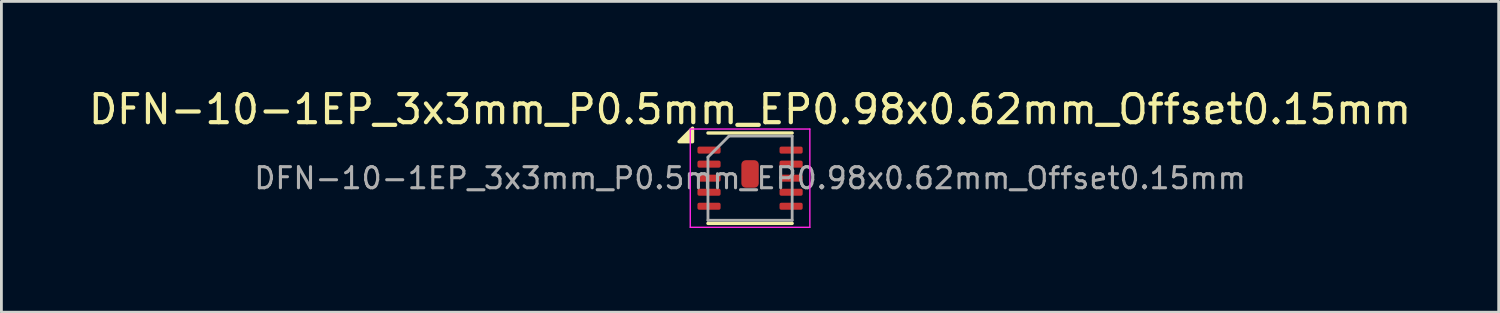
<source format=kicad_pcb>
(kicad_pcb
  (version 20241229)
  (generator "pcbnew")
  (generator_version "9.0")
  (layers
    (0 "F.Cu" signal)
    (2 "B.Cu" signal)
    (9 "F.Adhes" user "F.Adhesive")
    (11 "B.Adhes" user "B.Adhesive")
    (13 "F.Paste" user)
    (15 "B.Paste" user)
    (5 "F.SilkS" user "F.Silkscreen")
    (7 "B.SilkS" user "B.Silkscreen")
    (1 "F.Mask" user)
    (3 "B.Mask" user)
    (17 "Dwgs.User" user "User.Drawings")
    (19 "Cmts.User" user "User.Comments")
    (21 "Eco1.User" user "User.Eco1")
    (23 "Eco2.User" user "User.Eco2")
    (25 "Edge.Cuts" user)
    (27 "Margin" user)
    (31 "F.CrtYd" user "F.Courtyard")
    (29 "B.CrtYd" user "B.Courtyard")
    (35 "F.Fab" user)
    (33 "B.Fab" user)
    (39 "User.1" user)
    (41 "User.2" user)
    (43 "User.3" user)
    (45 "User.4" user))
  (footprint "DFN-10-1EP_3x3mm_P0.5mm_EP0.98x0.62mm_Offset0.15mm"
    (layer "F.Cu")
    (at 23.673 3.298)
    (property "Reference" "DFN-10-1EP_3x3mm_P0.5mm_EP0.98x0.62mm_Offset0.15mm" (at 0 -2.45 0) (layer "F.SilkS") (effects (font (size 1 1) (thickness 0.15))))
    (attr smd)
    (fp_line (start -1.5 -1.61) (end 1.5 -1.61) (stroke (width 0.12) (type solid)) (layer "F.SilkS"))
    (fp_line (start -1.5 1.61) (end 1.5 1.61) (stroke (width 0.12) (type solid)) (layer "F.SilkS"))
    (fp_poly (pts (xy -2.05 -1.3) (xy -2.53 -1.3) (xy -2.05 -1.78) (xy -2.05 -1.3)) (stroke (width 0.12) (type solid)) (fill yes) (layer "F.SilkS"))
    (fp_line (start -2.13 -1.75) (end -2.13 1.75) (stroke (width 0.05) (type solid)) (layer "F.CrtYd"))
    (fp_line (start -2.13 1.75) (end 2.13 1.75) (stroke (width 0.05) (type solid)) (layer "F.CrtYd"))
    (fp_line (start 2.13 -1.75) (end -2.13 -1.75) (stroke (width 0.05) (type solid)) (layer "F.CrtYd"))
    (fp_line (start 2.13 1.75) (end 2.13 -1.75) (stroke (width 0.05) (type solid)) (layer "F.CrtYd"))
    (fp_line (start -1.5 -0.75) (end -0.75 -1.5) (stroke (width 0.1) (type solid)) (layer "F.Fab"))
    (fp_line (start -1.5 1.5) (end -1.5 -0.75) (stroke (width 0.1) (type solid)) (layer "F.Fab"))
    (fp_line (start -0.75 -1.5) (end 1.5 -1.5) (stroke (width 0.1) (type solid)) (layer "F.Fab"))
    (fp_line (start 1.5 -1.5) (end 1.5 1.5) (stroke (width 0.1) (type solid)) (layer "F.Fab"))
    (fp_line (start 1.5 1.5) (end -1.5 1.5) (stroke (width 0.1) (type solid)) (layer "F.Fab"))
    (fp_text user "${REFERENCE}" (at 0 0 0) (layer "F.Fab") (effects (font (size 0.75 0.75) (thickness 0.11))))
    (pad "" smd roundrect (at 0 -0.15) (size 0.62 0.98) (layers "F.Paste") (roundrect_rratio 0.25))
    (pad "1" smd roundrect (at -1.462 -1) (size 0.825 0.25) (layers "F.Cu" "F.Mask" "F.Paste") (roundrect_rratio 0.25))
    (pad "2" smd roundrect (at -1.462 -0.5) (size 0.825 0.25) (layers "F.Cu" "F.Mask" "F.Paste") (roundrect_rratio 0.25))
    (pad "3" smd roundrect (at -1.462 0) (size 0.825 0.25) (layers "F.Cu" "F.Mask" "F.Paste") (roundrect_rratio 0.25))
    (pad "4" smd roundrect (at -1.462 0.5) (size 0.825 0.25) (layers "F.Cu" "F.Mask" "F.Paste") (roundrect_rratio 0.25))
    (pad "5" smd roundrect (at -1.462 1) (size 0.825 0.25) (layers "F.Cu" "F.Mask" "F.Paste") (roundrect_rratio 0.25))
    (pad "6" smd roundrect (at 1.462 1) (size 0.825 0.25) (layers "F.Cu" "F.Mask" "F.Paste") (roundrect_rratio 0.25))
    (pad "7" smd roundrect (at 1.462 0.5) (size 0.825 0.25) (layers "F.Cu" "F.Mask" "F.Paste") (roundrect_rratio 0.25))
    (pad "8" smd roundrect (at 1.462 0) (size 0.825 0.25) (layers "F.Cu" "F.Mask" "F.Paste") (roundrect_rratio 0.25))
    (pad "9" smd roundrect (at 1.462 -0.5) (size 0.825 0.25) (layers "F.Cu" "F.Mask" "F.Paste") (roundrect_rratio 0.25))
    (pad "10" smd roundrect (at 1.462 -1) (size 0.825 0.25) (layers "F.Cu" "F.Mask" "F.Paste") (roundrect_rratio 0.25))
    (pad "11" smd roundrect (at 0 -0.15) (size 0.62 0.98) (property pad_prop_heatsink) (layers "F.Cu" "F.Mask") (roundrect_rratio 0.25)))
  (gr_rect
    (start -3 -3)
    (end 50.345 8.073)
    (stroke (width 0.1) (type default))
    (fill no)
    (layer "Edge.Cuts")))
</source>
